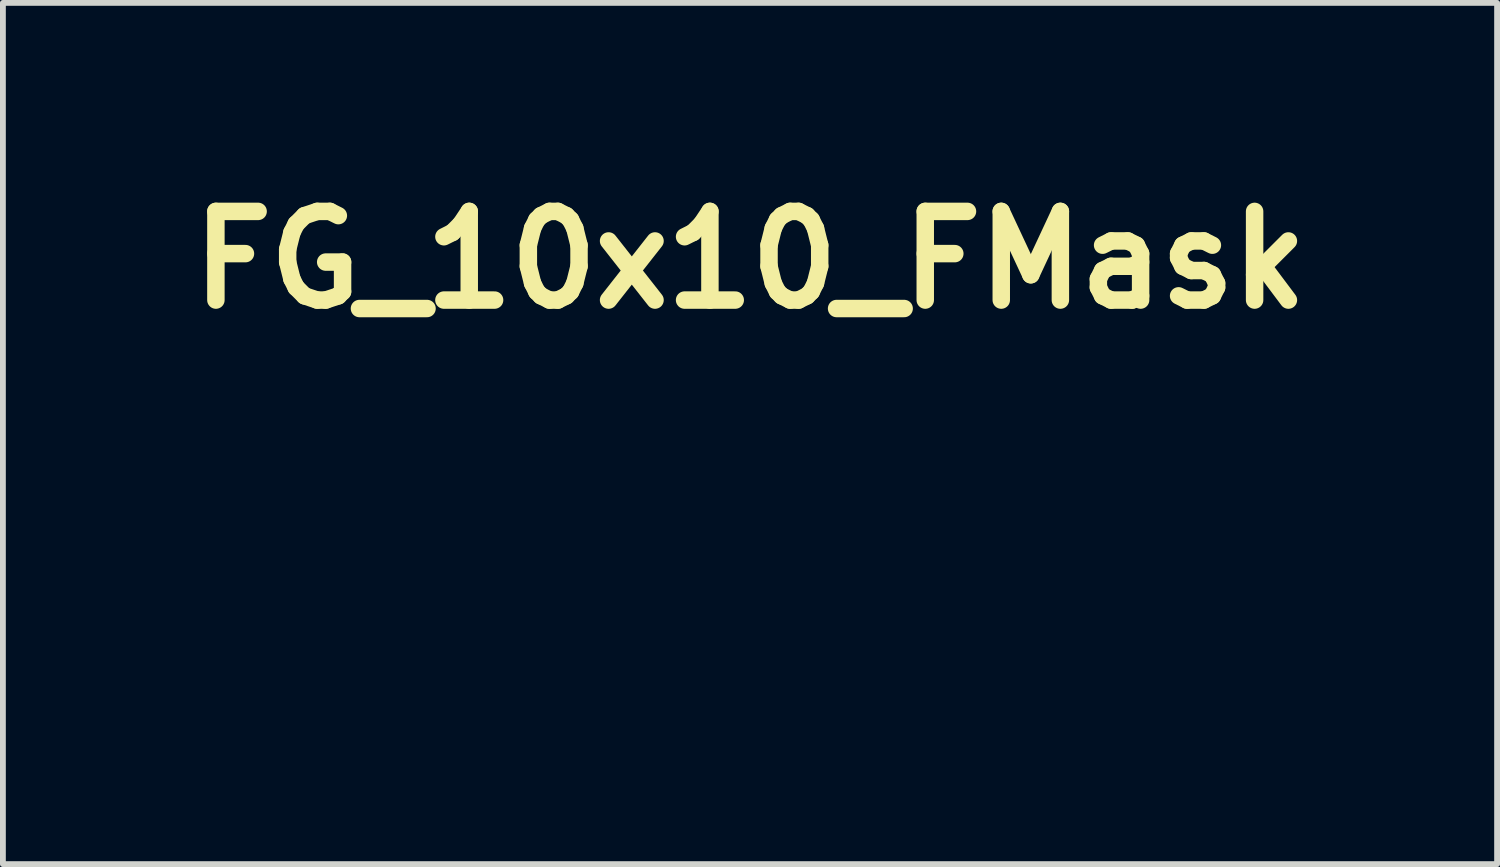
<source format=kicad_pcb>
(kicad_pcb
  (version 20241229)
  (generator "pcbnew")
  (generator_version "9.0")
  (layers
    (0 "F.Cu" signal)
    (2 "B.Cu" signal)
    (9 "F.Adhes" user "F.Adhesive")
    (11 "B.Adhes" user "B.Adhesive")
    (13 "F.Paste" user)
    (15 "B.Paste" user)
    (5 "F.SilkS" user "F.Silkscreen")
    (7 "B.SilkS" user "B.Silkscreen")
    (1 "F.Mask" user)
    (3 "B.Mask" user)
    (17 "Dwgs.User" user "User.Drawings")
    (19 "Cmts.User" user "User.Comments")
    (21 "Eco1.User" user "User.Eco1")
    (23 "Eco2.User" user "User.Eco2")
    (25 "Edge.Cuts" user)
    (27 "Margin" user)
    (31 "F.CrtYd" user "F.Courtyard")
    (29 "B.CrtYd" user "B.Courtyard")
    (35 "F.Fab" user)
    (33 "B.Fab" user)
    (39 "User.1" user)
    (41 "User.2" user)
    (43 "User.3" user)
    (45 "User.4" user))
  (footprint "FG_10x10_FMask"
    (layer "F.Cu")
    (at 12.381 6.498)
    (property "Reference" "FG_10x10_FMask" (at -2.54 -5.08 0) (layer "F.SilkS") (effects (font (size 1.524 1.524) (thickness 0.3))))
    (attr through_hole)
    (fp_poly (pts (xy -1.041 -1.244) (xy -1.035 -1.219) (xy -1.042 -1.193) (xy -1.064 -1.183) (xy -1.09 -1.188) (xy -1.1 -1.199) (xy -1.103 -1.231) (xy -1.088 -1.251) (xy -1.064 -1.255) (xy -1.041 -1.244)) (stroke (width 0.01) (type solid)) (fill yes) (layer "F.Mask"))
    (fp_poly (pts (xy -3.049 -0.46) (xy -2.998 -0.435) (xy -2.952 -0.399) (xy -2.921 -0.363) (xy -2.905 -0.333) (xy -2.902 -0.311) (xy -2.911 -0.287) (xy -2.914 -0.282) (xy -2.94 -0.246) (xy -2.975 -0.23) (xy -3.02 -0.235) (xy -3.067 -0.252) (xy -3.121 -0.282) (xy -3.164 -0.316) (xy -3.192 -0.349) (xy -3.2 -0.374) (xy -3.189 -0.409) (xy -3.161 -0.441) (xy -3.124 -0.464) (xy -3.095 -0.47) (xy -3.049 -0.46)) (stroke (width 0.01) (type solid)) (fill yes) (layer "F.Mask"))
    (fp_poly (pts (xy 0.625 -4.423) (xy 0.665 -4.397) (xy 0.708 -4.359) (xy 0.75 -4.316) (xy 0.787 -4.271) (xy 0.813 -4.229) (xy 0.823 -4.195) (xy 0.823 -4.189) (xy 0.813 -4.164) (xy 0.789 -4.158) (xy 0.75 -4.171) (xy 0.734 -4.179) (xy 0.699 -4.201) (xy 0.658 -4.234) (xy 0.615 -4.272) (xy 0.575 -4.31) (xy 0.543 -4.345) (xy 0.524 -4.372) (xy 0.521 -4.383) (xy 0.532 -4.408) (xy 0.56 -4.426) (xy 0.594 -4.432) (xy 0.625 -4.423)) (stroke (width 0.01) (type solid)) (fill yes) (layer "F.Mask"))
    (fp_poly (pts (xy 2.47 -0.141) (xy 2.488 -0.11) (xy 2.503 -0.058) (xy 2.515 0.017) (xy 2.523 0.111) (xy 2.524 0.134) (xy 2.525 0.251) (xy 2.518 0.348) (xy 2.502 0.425) (xy 2.477 0.48) (xy 2.463 0.498) (xy 2.433 0.524) (xy 2.407 0.531) (xy 2.375 0.521) (xy 2.353 0.508) (xy 2.325 0.488) (xy 2.314 0.466) (xy 2.318 0.436) (xy 2.331 0.401) (xy 2.34 0.369) (xy 2.35 0.319) (xy 2.358 0.259) (xy 2.363 0.212) (xy 2.374 0.101) (xy 2.385 0.014) (xy 2.397 -0.052) (xy 2.409 -0.098) (xy 2.423 -0.127) (xy 2.425 -0.13) (xy 2.449 -0.147) (xy 2.47 -0.141)) (stroke (width 0.01) (type solid)) (fill yes) (layer "F.Mask"))
    (fp_poly (pts (xy 0.945 0.642) (xy 1.013 0.647) (xy 1.063 0.655) (xy 1.083 0.663) (xy 1.104 0.681) (xy 1.101 0.701) (xy 1.076 0.723) (xy 1.031 0.746) (xy 0.967 0.77) (xy 0.887 0.794) (xy 0.79 0.818) (xy 0.681 0.841) (xy 0.559 0.862) (xy 0.426 0.881) (xy 0.318 0.895) (xy 0.226 0.905) (xy 0.157 0.911) (xy 0.107 0.913) (xy 0.073 0.912) (xy 0.053 0.907) (xy 0.043 0.899) (xy 0.045 0.88) (xy 0.068 0.855) (xy 0.107 0.826) (xy 0.161 0.795) (xy 0.224 0.764) (xy 0.294 0.735) (xy 0.367 0.709) (xy 0.427 0.691) (xy 0.503 0.675) (xy 0.59 0.662) (xy 0.682 0.652) (xy 0.775 0.645) (xy 0.864 0.642) (xy 0.945 0.642)) (stroke (width 0.01) (type solid)) (fill yes) (layer "F.Mask"))
    (fp_poly (pts (xy 2.959 -1.715) (xy 2.983 -1.69) (xy 2.99 -1.68) (xy 3.016 -1.635) (xy 3.022 -1.599) (xy 3.007 -1.57) (xy 2.97 -1.545) (xy 2.909 -1.523) (xy 2.894 -1.518) (xy 2.849 -1.502) (xy 2.812 -1.481) (xy 2.78 -1.449) (xy 2.747 -1.402) (xy 2.72 -1.357) (xy 2.687 -1.307) (xy 2.661 -1.28) (xy 2.639 -1.274) (xy 2.617 -1.289) (xy 2.611 -1.298) (xy 2.589 -1.34) (xy 2.568 -1.4) (xy 2.551 -1.468) (xy 2.539 -1.537) (xy 2.535 -1.59) (xy 2.535 -1.639) (xy 2.539 -1.669) (xy 2.549 -1.687) (xy 2.559 -1.697) (xy 2.589 -1.709) (xy 2.61 -1.708) (xy 2.679 -1.695) (xy 2.752 -1.692) (xy 2.819 -1.701) (xy 2.839 -1.707) (xy 2.893 -1.722) (xy 2.931 -1.726) (xy 2.959 -1.715)) (stroke (width 0.01) (type solid)) (fill yes) (layer "F.Mask"))
    (fp_poly (pts (xy -2.978 0.022) (xy -2.963 0.031) (xy -2.941 0.056) (xy -2.922 0.092) (xy -2.92 0.098) (xy -2.903 0.136) (xy -2.878 0.181) (xy -2.863 0.203) (xy -2.822 0.268) (xy -2.776 0.355) (xy -2.726 0.46) (xy -2.676 0.578) (xy -2.662 0.611) (xy -2.627 0.71) (xy -2.607 0.791) (xy -2.603 0.853) (xy -2.614 0.898) (xy -2.62 0.907) (xy -2.647 0.925) (xy -2.688 0.934) (xy -2.737 0.935) (xy -2.782 0.925) (xy -2.791 0.921) (xy -2.843 0.889) (xy -2.898 0.841) (xy -2.95 0.782) (xy -2.994 0.719) (xy -3.009 0.692) (xy -3.032 0.639) (xy -3.048 0.586) (xy -3.058 0.522) (xy -3.062 0.486) (xy -3.068 0.398) (xy -3.068 0.31) (xy -3.062 0.225) (xy -3.051 0.149) (xy -3.036 0.087) (xy -3.017 0.045) (xy -3.012 0.038) (xy -2.994 0.02) (xy -2.978 0.022)) (stroke (width 0.01) (type solid)) (fill yes) (layer "F.Mask"))
    (fp_poly (pts (xy -3.14 0.06) (xy -3.131 0.073) (xy -3.127 0.092) (xy -3.124 0.132) (xy -3.12 0.19) (xy -3.117 0.261) (xy -3.113 0.343) (xy -3.111 0.394) (xy -3.107 0.482) (xy -3.103 0.564) (xy -3.098 0.637) (xy -3.093 0.695) (xy -3.088 0.734) (xy -3.086 0.746) (xy -3.062 0.803) (xy -3.022 0.856) (xy -2.965 0.905) (xy -2.888 0.954) (xy -2.788 1.002) (xy -2.729 1.028) (xy -2.662 1.058) (xy -2.617 1.085) (xy -2.59 1.113) (xy -2.579 1.143) (xy -2.578 1.156) (xy -2.589 1.193) (xy -2.616 1.235) (xy -2.654 1.274) (xy -2.695 1.304) (xy -2.735 1.319) (xy -2.746 1.32) (xy -2.768 1.315) (xy -2.8 1.303) (xy -2.8 1.303) (xy -2.843 1.275) (xy -2.893 1.229) (xy -2.946 1.169) (xy -3 1.098) (xy -3.051 1.022) (xy -3.096 0.944) (xy -3.112 0.91) (xy -3.144 0.833) (xy -3.172 0.743) (xy -3.196 0.645) (xy -3.217 0.544) (xy -3.232 0.442) (xy -3.242 0.345) (xy -3.246 0.256) (xy -3.244 0.18) (xy -3.235 0.119) (xy -3.22 0.082) (xy -3.195 0.059) (xy -3.165 0.051) (xy -3.14 0.06)) (stroke (width 0.01) (type solid)) (fill yes) (layer "F.Mask"))
    (fp_poly (pts (xy -2.641 -0.139) (xy -2.61 -0.112) (xy -2.58 -0.066) (xy -2.556 -0.01) (xy -2.551 0.006) (xy -2.537 0.048) (xy -2.516 0.096) (xy -2.507 0.114) (xy -2.492 0.147) (xy -2.483 0.178) (xy -2.479 0.217) (xy -2.479 0.27) (xy -2.479 0.287) (xy -2.48 0.344) (xy -2.477 0.384) (xy -2.47 0.417) (xy -2.455 0.451) (xy -2.443 0.476) (xy -2.408 0.553) (xy -2.38 0.628) (xy -2.363 0.694) (xy -2.36 0.718) (xy -2.356 0.74) (xy -2.347 0.75) (xy -2.326 0.753) (xy -2.289 0.752) (xy -2.25 0.75) (xy -2.228 0.754) (xy -2.216 0.767) (xy -2.211 0.779) (xy -2.206 0.806) (xy -2.204 0.85) (xy -2.205 0.903) (xy -2.206 0.924) (xy -2.208 0.985) (xy -2.206 1.032) (xy -2.201 1.06) (xy -2.2 1.061) (xy -2.192 1.071) (xy -2.181 1.068) (xy -2.165 1.049) (xy -2.141 1.012) (xy -2.105 0.964) (xy -2.073 0.941) (xy -2.044 0.941) (xy -2.017 0.966) (xy -2.006 0.981) (xy -1.986 1.027) (xy -1.984 1.07) (xy -2.002 1.12) (xy -2.007 1.13) (xy -2.021 1.162) (xy -2.029 1.189) (xy -2.029 1.218) (xy -2.021 1.256) (xy -2.004 1.308) (xy -1.994 1.338) (xy -1.977 1.389) (xy -1.964 1.434) (xy -1.957 1.465) (xy -1.956 1.472) (xy -1.964 1.498) (xy -1.984 1.529) (xy -2.008 1.557) (xy -2.031 1.573) (xy -2.038 1.575) (xy -2.054 1.566) (xy -2.081 1.543) (xy -2.115 1.509) (xy -2.125 1.499) (xy -2.22 1.382) (xy -2.308 1.244) (xy -2.388 1.089) (xy -2.457 0.921) (xy -2.502 0.781) (xy -2.525 0.71) (xy -2.553 0.633) (xy -2.583 0.561) (xy -2.593 0.538) (xy -2.618 0.482) (xy -2.634 0.439) (xy -2.642 0.402) (xy -2.645 0.362) (xy -2.645 0.343) (xy -2.647 0.29) (xy -2.654 0.225) (xy -2.665 0.161) (xy -2.668 0.149) (xy -2.685 0.051) (xy -2.692 -0.032) (xy -2.687 -0.096) (xy -2.68 -0.12) (xy -2.668 -0.143) (xy -2.653 -0.145) (xy -2.641 -0.139)) (stroke (width 0.01) (type solid)) (fill yes) (layer "F.Mask"))
    (fp_poly (pts (xy 3.124 -1.436) (xy 3.148 -1.403) (xy 3.176 -1.353) (xy 3.206 -1.288) (xy 3.236 -1.213) (xy 3.265 -1.13) (xy 3.291 -1.043) (xy 3.295 -1.026) (xy 3.331 -0.842) (xy 3.346 -0.649) (xy 3.339 -0.451) (xy 3.311 -0.251) (xy 3.261 -0.053) (xy 3.214 0.084) (xy 3.179 0.166) (xy 3.138 0.246) (xy 3.093 0.321) (xy 3.046 0.387) (xy 3.001 0.443) (xy 2.959 0.483) (xy 2.924 0.505) (xy 2.909 0.508) (xy 2.883 0.5) (xy 2.855 0.483) (xy 2.826 0.454) (xy 2.792 0.411) (xy 2.761 0.363) (xy 2.736 0.319) (xy 2.725 0.289) (xy 2.724 0.264) (xy 2.734 0.239) (xy 2.76 0.207) (xy 2.766 0.2) (xy 2.818 0.14) (xy 2.854 0.093) (xy 2.875 0.055) (xy 2.883 0.021) (xy 2.878 -0.014) (xy 2.862 -0.054) (xy 2.85 -0.078) (xy 2.832 -0.121) (xy 2.813 -0.178) (xy 2.797 -0.24) (xy 2.792 -0.258) (xy 2.778 -0.317) (xy 2.762 -0.374) (xy 2.748 -0.418) (xy 2.743 -0.429) (xy 2.72 -0.497) (xy 2.704 -0.581) (xy 2.694 -0.672) (xy 2.691 -0.763) (xy 2.697 -0.846) (xy 2.71 -0.914) (xy 2.712 -0.921) (xy 2.731 -0.967) (xy 2.754 -1.014) (xy 2.778 -1.054) (xy 2.8 -1.082) (xy 2.815 -1.092) (xy 2.838 -1.081) (xy 2.868 -1.049) (xy 2.901 -1.001) (xy 2.937 -0.941) (xy 2.971 -0.871) (xy 3.004 -0.797) (xy 3.032 -0.722) (xy 3.049 -0.667) (xy 3.069 -0.549) (xy 3.066 -0.428) (xy 3.038 -0.301) (xy 3.036 -0.292) (xy 3.018 -0.23) (xy 3.011 -0.188) (xy 3.013 -0.164) (xy 3.026 -0.154) (xy 3.038 -0.155) (xy 3.062 -0.165) (xy 3.081 -0.191) (xy 3.096 -0.236) (xy 3.107 -0.301) (xy 3.114 -0.351) (xy 3.121 -0.532) (xy 3.104 -0.719) (xy 3.062 -0.91) (xy 3.011 -1.067) (xy 2.992 -1.144) (xy 2.985 -1.227) (xy 2.993 -1.304) (xy 2.997 -1.321) (xy 3.013 -1.358) (xy 3.039 -1.395) (xy 3.067 -1.427) (xy 3.094 -1.446) (xy 3.104 -1.448) (xy 3.124 -1.436)) (stroke (width 0.01) (type solid)) (fill yes) (layer "F.Mask"))
    (fp_poly (pts (xy 0.239 -4.392) (xy 0.264 -4.386) (xy 0.291 -4.373) (xy 0.325 -4.352) (xy 0.37 -4.322) (xy 0.43 -4.28) (xy 0.461 -4.258) (xy 0.501 -4.232) (xy 0.559 -4.197) (xy 0.629 -4.157) (xy 0.707 -4.112) (xy 0.789 -4.067) (xy 0.821 -4.05) (xy 0.914 -4) (xy 1.015 -3.945) (xy 1.117 -3.89) (xy 1.213 -3.837) (xy 1.294 -3.792) (xy 1.302 -3.788) (xy 1.436 -3.713) (xy 1.567 -3.643) (xy 1.691 -3.578) (xy 1.804 -3.519) (xy 1.904 -3.47) (xy 1.987 -3.432) (xy 2.011 -3.421) (xy 2.068 -3.394) (xy 2.124 -3.362) (xy 2.169 -3.332) (xy 2.18 -3.323) (xy 2.213 -3.292) (xy 2.229 -3.27) (xy 2.232 -3.248) (xy 2.23 -3.237) (xy 2.23 -3.214) (xy 2.238 -3.19) (xy 2.259 -3.157) (xy 2.287 -3.121) (xy 2.354 -3.033) (xy 2.404 -2.959) (xy 2.439 -2.897) (xy 2.459 -2.845) (xy 2.463 -2.828) (xy 2.478 -2.778) (xy 2.499 -2.728) (xy 2.508 -2.711) (xy 2.54 -2.659) (xy 2.56 -2.623) (xy 2.57 -2.6) (xy 2.573 -2.586) (xy 2.569 -2.577) (xy 2.565 -2.572) (xy 2.544 -2.56) (xy 2.509 -2.551) (xy 2.498 -2.55) (xy 2.464 -2.546) (xy 2.449 -2.537) (xy 2.446 -2.519) (xy 2.446 -2.515) (xy 2.452 -2.488) (xy 2.466 -2.447) (xy 2.485 -2.398) (xy 2.49 -2.386) (xy 2.514 -2.323) (xy 2.523 -2.275) (xy 2.517 -2.24) (xy 2.495 -2.212) (xy 2.473 -2.197) (xy 2.427 -2.176) (xy 2.385 -2.176) (xy 2.343 -2.193) (xy 2.312 -2.212) (xy 2.271 -2.24) (xy 2.241 -2.262) (xy 2.147 -2.322) (xy 2.031 -2.376) (xy 1.899 -2.423) (xy 1.753 -2.463) (xy 1.597 -2.496) (xy 1.436 -2.52) (xy 1.273 -2.534) (xy 1.111 -2.539) (xy 0.955 -2.533) (xy 0.86 -2.523) (xy 0.764 -2.508) (xy 0.687 -2.488) (xy 0.622 -2.461) (xy 0.562 -2.424) (xy 0.502 -2.376) (xy 0.447 -2.33) (xy 0.405 -2.3) (xy 0.367 -2.282) (xy 0.329 -2.275) (xy 0.284 -2.276) (xy 0.273 -2.276) (xy 0.235 -2.282) (xy 0.189 -2.294) (xy 0.133 -2.313) (xy 0.061 -2.341) (xy -0.013 -2.372) (xy -0.085 -2.402) (xy -0.155 -2.43) (xy -0.226 -2.457) (xy -0.298 -2.484) (xy -0.376 -2.51) (xy -0.46 -2.537) (xy -0.553 -2.566) (xy -0.657 -2.597) (xy -0.774 -2.63) (xy -0.906 -2.667) (xy -1.056 -2.707) (xy -1.225 -2.752) (xy -1.415 -2.803) (xy -1.505 -2.827) (xy -1.66 -2.868) (xy -1.802 -2.907) (xy -1.93 -2.943) (xy -2.043 -2.977) (xy -2.139 -3.007) (xy -2.216 -3.033) (xy -2.273 -3.054) (xy -2.308 -3.07) (xy -2.319 -3.079) (xy -2.318 -3.107) (xy -2.298 -3.152) (xy -2.261 -3.211) (xy -2.209 -3.283) (xy -2.14 -3.369) (xy -2.057 -3.465) (xy -2.033 -3.492) (xy -1.979 -3.553) (xy -1.923 -3.62) (xy -1.871 -3.684) (xy -1.829 -3.737) (xy -1.822 -3.746) (xy -1.774 -3.807) (xy -1.73 -3.853) (xy -1.681 -3.893) (xy -1.642 -3.92) (xy -1.585 -3.957) (xy -1.544 -3.982) (xy -1.513 -3.998) (xy -1.487 -4.006) (xy -1.46 -4.01) (xy -1.428 -4.01) (xy -1.404 -4.011) (xy -1.381 -4.014) (xy -1.354 -4.02) (xy -1.32 -4.031) (xy -1.277 -4.048) (xy -1.22 -4.073) (xy -1.145 -4.105) (xy -1.079 -4.135) (xy -1.033 -4.155) (xy -0.994 -4.169) (xy -0.956 -4.178) (xy -0.912 -4.185) (xy -0.854 -4.19) (xy -0.806 -4.192) (xy -0.73 -4.198) (xy -0.65 -4.205) (xy -0.577 -4.214) (xy -0.527 -4.221) (xy -0.425 -4.237) (xy -0.344 -4.247) (xy -0.281 -4.251) (xy -0.232 -4.247) (xy -0.193 -4.236) (xy -0.16 -4.218) (xy -0.129 -4.191) (xy -0.113 -4.174) (xy -0.076 -4.138) (xy -0.033 -4.106) (xy 0.013 -4.08) (xy 0.056 -4.061) (xy 0.093 -4.051) (xy 0.118 -4.053) (xy 0.127 -4.068) (xy 0.118 -4.094) (xy 0.096 -4.129) (xy 0.066 -4.164) (xy 0.035 -4.194) (xy 0.011 -4.208) (xy -0.018 -4.227) (xy -0.025 -4.25) (xy -0.033 -4.275) (xy -0.044 -4.284) (xy -0.06 -4.302) (xy -0.064 -4.317) (xy -0.051 -4.346) (xy -0.015 -4.368) (xy 0.046 -4.383) (xy 0.13 -4.391) (xy 0.14 -4.391) (xy 0.181 -4.393) (xy 0.213 -4.394) (xy 0.239 -4.392)) (stroke (width 0.01) (type solid)) (fill yes) (layer "F.Mask"))
    (fp_poly (pts (xy -2.647 -3.084) (xy -2.641 -3.061) (xy -2.631 -3.021) (xy -2.617 -2.986) (xy -2.617 -2.986) (xy -2.609 -2.966) (xy -2.612 -2.947) (xy -2.628 -2.92) (xy -2.64 -2.902) (xy -2.668 -2.86) (xy -2.678 -2.831) (xy -2.672 -2.807) (xy -2.654 -2.787) (xy -2.641 -2.777) (xy -2.629 -2.774) (xy -2.614 -2.782) (xy -2.59 -2.804) (xy -2.555 -2.84) (xy -2.549 -2.847) (xy -2.47 -2.931) (xy -2.33 -2.887) (xy -1.853 -2.744) (xy -1.397 -2.621) (xy -1.175 -2.563) (xy -0.975 -2.509) (xy -0.793 -2.456) (xy -0.624 -2.404) (xy -0.466 -2.351) (xy -0.315 -2.296) (xy -0.167 -2.239) (xy -0.019 -2.177) (xy 0.127 -2.113) (xy 0.339 -2.018) (xy 0.387 -1.895) (xy 0.461 -1.728) (xy 0.549 -1.579) (xy 0.653 -1.444) (xy 0.778 -1.317) (xy 0.792 -1.304) (xy 0.863 -1.242) (xy 0.92 -1.194) (xy 0.968 -1.158) (xy 1.01 -1.129) (xy 1.053 -1.106) (xy 1.075 -1.095) (xy 1.107 -1.081) (xy 1.135 -1.071) (xy 1.166 -1.065) (xy 1.205 -1.062) (xy 1.258 -1.061) (xy 1.321 -1.061) (xy 1.435 -1.065) (xy 1.531 -1.075) (xy 1.616 -1.093) (xy 1.697 -1.121) (xy 1.748 -1.144) (xy 1.855 -1.207) (xy 1.963 -1.295) (xy 2.074 -1.407) (xy 2.185 -1.544) (xy 2.191 -1.552) (xy 2.219 -1.589) (xy 2.238 -1.608) (xy 2.254 -1.608) (xy 2.271 -1.589) (xy 2.295 -1.549) (xy 2.305 -1.531) (xy 2.331 -1.491) (xy 2.368 -1.443) (xy 2.409 -1.395) (xy 2.416 -1.388) (xy 2.459 -1.339) (xy 2.49 -1.295) (xy 2.511 -1.252) (xy 2.522 -1.206) (xy 2.522 -1.152) (xy 2.512 -1.088) (xy 2.493 -1.009) (xy 2.464 -0.912) (xy 2.451 -0.869) (xy 2.414 -0.753) (xy 2.385 -0.657) (xy 2.363 -0.576) (xy 2.347 -0.507) (xy 2.334 -0.444) (xy 2.325 -0.385) (xy 2.325 -0.381) (xy 2.314 -0.316) (xy 2.297 -0.245) (xy 2.281 -0.189) (xy 2.263 -0.124) (xy 2.248 -0.041) (xy 2.235 0.063) (xy 2.23 0.107) (xy 2.223 0.176) (xy 2.215 0.237) (xy 2.208 0.285) (xy 2.201 0.315) (xy 2.198 0.322) (xy 2.177 0.335) (xy 2.145 0.348) (xy 2.143 0.349) (xy 2.109 0.368) (xy 2.098 0.39) (xy 2.104 0.422) (xy 2.126 0.467) (xy 2.163 0.519) (xy 2.21 0.576) (xy 2.264 0.632) (xy 2.323 0.685) (xy 2.359 0.713) (xy 2.423 0.773) (xy 2.472 0.847) (xy 2.507 0.94) (xy 2.521 0.992) (xy 2.534 1.063) (xy 2.537 1.117) (xy 2.527 1.159) (xy 2.501 1.195) (xy 2.458 1.233) (xy 2.419 1.262) (xy 2.402 1.276) (xy 2.392 1.291) (xy 2.388 1.316) (xy 2.387 1.355) (xy 2.388 1.383) (xy 2.389 1.447) (xy 2.389 1.49) (xy 2.385 1.518) (xy 2.377 1.536) (xy 2.362 1.549) (xy 2.34 1.56) (xy 2.337 1.562) (xy 2.298 1.586) (xy 2.274 1.615) (xy 2.259 1.656) (xy 2.254 1.681) (xy 2.231 1.741) (xy 2.189 1.787) (xy 2.126 1.819) (xy 2.11 1.824) (xy 2.059 1.841) (xy 2.025 1.857) (xy 2.004 1.879) (xy 1.987 1.911) (xy 1.985 1.915) (xy 1.967 1.946) (xy 1.946 1.954) (xy 1.92 1.939) (xy 1.919 1.938) (xy 1.896 1.925) (xy 1.858 1.909) (xy 1.829 1.898) (xy 1.753 1.862) (xy 1.694 1.808) (xy 1.654 1.741) (xy 1.634 1.664) (xy 1.636 1.58) (xy 1.646 1.54) (xy 1.648 1.519) (xy 1.633 1.512) (xy 1.621 1.511) (xy 1.587 1.522) (xy 1.564 1.553) (xy 1.552 1.599) (xy 1.551 1.658) (xy 1.563 1.724) (xy 1.576 1.765) (xy 1.599 1.832) (xy 1.609 1.88) (xy 1.604 1.914) (xy 1.582 1.939) (xy 1.543 1.959) (xy 1.499 1.975) (xy 1.452 1.994) (xy 1.409 2.018) (xy 1.391 2.032) (xy 1.353 2.062) (xy 1.312 2.086) (xy 1.308 2.088) (xy 1.267 2.11) (xy 1.23 2.135) (xy 1.229 2.136) (xy 1.205 2.153) (xy 1.183 2.158) (xy 1.152 2.153) (xy 1.136 2.149) (xy 1.092 2.141) (xy 1.037 2.135) (xy 0.992 2.134) (xy 0.942 2.132) (xy 0.908 2.126) (xy 0.877 2.113) (xy 0.843 2.089) (xy 0.805 2.063) (xy 0.774 2.041) (xy 0.759 2.032) (xy 0.74 2.025) (xy 0.738 2.035) (xy 0.751 2.061) (xy 0.779 2.1) (xy 0.787 2.111) (xy 0.814 2.147) (xy 0.832 2.177) (xy 0.838 2.192) (xy 0.827 2.21) (xy 0.795 2.218) (xy 0.746 2.216) (xy 0.682 2.205) (xy 0.678 2.204) (xy 0.628 2.192) (xy 0.586 2.188) (xy 0.545 2.19) (xy 0.496 2.199) (xy 0.432 2.216) (xy 0.369 2.232) (xy 0.301 2.246) (xy 0.234 2.257) (xy 0.174 2.265) (xy 0.127 2.268) (xy 0.102 2.267) (xy 0.068 2.252) (xy 0.037 2.228) (xy 0.01 2.205) (xy -0.014 2.2) (xy -0.042 2.214) (xy -0.066 2.233) (xy -0.13 2.278) (xy -0.188 2.299) (xy -0.24 2.294) (xy -0.281 2.27) (xy -0.306 2.244) (xy -0.336 2.205) (xy -0.36 2.169) (xy -0.393 2.122) (xy -0.422 2.1) (xy -0.452 2.1) (xy -0.487 2.121) (xy -0.515 2.147) (xy -0.567 2.198) (xy -0.621 2.178) (xy -0.677 2.163) (xy -0.718 2.161) (xy -0.752 2.175) (xy -0.765 2.184) (xy -0.797 2.204) (xy -0.827 2.208) (xy -0.864 2.195) (xy -0.889 2.181) (xy -0.923 2.164) (xy -0.945 2.161) (xy -0.965 2.169) (xy -0.997 2.189) (xy -1.015 2.2) (xy -1.038 2.208) (xy -1.059 2.197) (xy -1.065 2.193) (xy -1.091 2.175) (xy -1.131 2.156) (xy -1.151 2.148) (xy -1.213 2.126) (xy -1.224 2.051) (xy -1.231 2.01) (xy -1.237 1.98) (xy -1.24 1.97) (xy -1.252 1.972) (xy -1.279 1.982) (xy -1.29 1.987) (xy -1.336 2.001) (xy -1.384 2.002) (xy -1.424 1.992) (xy -1.44 1.981) (xy -1.447 1.962) (xy -1.452 1.925) (xy -1.454 1.876) (xy -1.454 1.863) (xy -1.453 1.809) (xy -1.449 1.771) (xy -1.44 1.741) (xy -1.423 1.71) (xy -1.413 1.694) (xy -1.391 1.659) (xy -1.376 1.632) (xy -1.372 1.621) (xy -1.38 1.612) (xy -1.403 1.623) (xy -1.441 1.652) (xy -1.469 1.676) (xy -1.526 1.721) (xy -1.58 1.747) (xy -1.635 1.753) (xy -1.696 1.739) (xy -1.766 1.706) (xy -1.808 1.681) (xy -1.906 1.619) (xy -1.899 1.499) (xy -1.891 1.402) (xy -1.879 1.323) (xy -1.865 1.263) (xy -1.849 1.225) (xy -1.838 1.214) (xy -1.814 1.21) (xy -1.798 1.228) (xy -1.791 1.266) (xy -1.791 1.274) (xy -1.786 1.308) (xy -1.775 1.346) (xy -1.76 1.378) (xy -1.745 1.396) (xy -1.74 1.397) (xy -1.725 1.385) (xy -1.71 1.351) (xy -1.699 1.298) (xy -1.694 1.266) (xy -1.691 1.233) (xy -1.693 1.208) (xy -1.703 1.184) (xy -1.724 1.154) (xy -1.751 1.12) (xy -1.782 1.08) (xy -1.805 1.044) (xy -1.816 1.021) (xy -1.816 1.017) (xy -1.822 0.997) (xy -1.833 0.969) (xy -0.81 0.969) (xy -0.796 0.984) (xy -0.767 0.991) (xy -0.74 0.996) (xy -0.729 1.015) (xy -0.734 1.051) (xy -0.743 1.078) (xy -0.755 1.118) (xy -0.761 1.151) (xy -0.762 1.159) (xy -0.76 1.173) (xy -0.75 1.179) (xy -0.726 1.18) (xy -0.687 1.176) (xy -0.641 1.169) (xy -0.58 1.158) (xy -0.515 1.144) (xy -0.486 1.137) (xy -0.418 1.119) (xy -0.346 1.097) (xy -0.281 1.075) (xy -0.262 1.068) (xy -0.198 1.044) (xy -0.145 1.032) (xy -0.093 1.031) (xy -0.033 1.04) (xy 0.009 1.049) (xy 0.098 1.062) (xy 0.191 1.061) (xy 0.293 1.044) (xy 0.406 1.012) (xy 0.535 0.963) (xy 0.54 0.961) (xy 0.583 0.945) (xy 0.636 0.932) (xy 0.703 0.921) (xy 0.788 0.911) (xy 0.806 0.909) (xy 0.891 0.899) (xy 0.982 0.886) (xy 1.07 0.872) (xy 1.144 0.858) (xy 1.149 0.857) (xy 1.222 0.842) (xy 1.297 0.826) (xy 1.366 0.812) (xy 1.406 0.804) (xy 1.511 0.784) (xy 1.642 0.862) (xy 1.716 0.903) (xy 1.771 0.93) (xy 1.808 0.94) (xy 1.826 0.936) (xy 1.824 0.916) (xy 1.802 0.881) (xy 1.789 0.863) (xy 1.752 0.799) (xy 1.735 0.74) (xy 1.725 0.698) (xy 1.714 0.674) (xy 1.697 0.66) (xy 1.679 0.653) (xy 1.637 0.635) (xy 1.617 0.615) (xy 1.619 0.598) (xy 1.643 0.587) (xy 1.674 0.584) (xy 1.726 0.58) (xy 1.762 0.571) (xy 1.777 0.557) (xy 1.778 0.554) (xy 1.771 0.538) (xy 1.753 0.506) (xy 1.726 0.464) (xy 1.705 0.432) (xy 1.632 0.324) (xy 1.41 0.317) (xy 1.336 0.314) (xy 1.269 0.311) (xy 1.216 0.307) (xy 1.179 0.303) (xy 1.165 0.3) (xy 1.146 0.283) (xy 1.123 0.251) (xy 1.112 0.23) (xy 1.088 0.19) (xy 1.058 0.147) (xy 1.027 0.109) (xy 0.999 0.079) (xy 0.979 0.064) (xy 0.975 0.064) (xy 0.968 0.076) (xy 0.967 0.112) (xy 0.97 0.152) (xy 0.972 0.196) (xy 0.972 0.23) (xy 0.968 0.246) (xy 0.968 0.246) (xy 0.945 0.246) (xy 0.916 0.229) (xy 0.886 0.198) (xy 0.864 0.165) (xy 0.847 0.128) (xy 0.836 0.086) (xy 0.83 0.032) (xy 0.828 -0.003) (xy 0.822 -0.114) (xy 0.955 -0.114) (xy 1.026 -0.115) (xy 1.075 -0.119) (xy 1.106 -0.13) (xy 1.122 -0.152) (xy 1.127 -0.188) (xy 1.124 -0.244) (xy 1.119 -0.294) (xy 1.113 -0.354) (xy 1.109 -0.405) (xy 1.106 -0.443) (xy 1.105 -0.46) (xy 1.099 -0.472) (xy 1.077 -0.479) (xy 1.036 -0.485) (xy 1.027 -0.485) (xy 0.976 -0.492) (xy 0.945 -0.503) (xy 0.932 -0.515) (xy 0.92 -0.545) (xy 0.915 -0.59) (xy 0.916 -0.639) (xy 0.923 -0.682) (xy 0.933 -0.706) (xy 0.95 -0.738) (xy 0.946 -0.768) (xy 0.92 -0.801) (xy 0.914 -0.807) (xy 0.886 -0.829) (xy 0.863 -0.833) (xy 0.843 -0.817) (xy 0.822 -0.78) (xy 0.807 -0.746) (xy 0.763 -0.659) (xy 0.705 -0.581) (xy 0.639 -0.516) (xy 0.569 -0.47) (xy 0.542 -0.458) (xy 0.499 -0.449) (xy 0.44 -0.445) (xy 0.374 -0.447) (xy 0.309 -0.453) (xy 0.254 -0.465) (xy 0.253 -0.465) (xy 0.16 -0.499) (xy 0.076 -0.546) (xy -0.009 -0.609) (xy -0.014 -0.614) (xy -0.08 -0.667) (xy -0.133 -0.701) (xy -0.175 -0.719) (xy -0.212 -0.72) (xy -0.245 -0.705) (xy -0.275 -0.68) (xy -0.303 -0.649) (xy -0.314 -0.622) (xy -0.315 -0.588) (xy -0.315 -0.588) (xy -0.311 -0.54) (xy -0.202 -0.533) (xy -0.14 -0.528) (xy -0.098 -0.52) (xy -0.069 -0.505) (xy -0.049 -0.481) (xy -0.033 -0.452) (xy -0.014 -0.393) (xy -0.018 -0.345) (xy -0.043 -0.308) (xy -0.046 -0.306) (xy -0.095 -0.274) (xy -0.158 -0.243) (xy -0.223 -0.218) (xy -0.275 -0.204) (xy -0.332 -0.185) (xy -0.368 -0.153) (xy -0.383 -0.107) (xy -0.377 -0.048) (xy -0.362 -0.003) (xy -0.327 0.058) (xy -0.281 0.097) (xy -0.222 0.114) (xy -0.205 0.114) (xy -0.156 0.119) (xy -0.127 0.134) (xy -0.115 0.163) (xy -0.114 0.18) (xy -0.111 0.208) (xy -0.099 0.213) (xy -0.081 0.193) (xy -0.057 0.156) (xy -0.023 0.102) (xy 0.011 0.06) (xy 0.041 0.033) (xy 0.061 0.025) (xy 0.081 0.033) (xy 0.111 0.052) (xy 0.127 0.064) (xy 0.166 0.09) (xy 0.206 0.111) (xy 0.218 0.116) (xy 0.279 0.138) (xy 0.319 0.16) (xy 0.343 0.186) (xy 0.353 0.221) (xy 0.356 0.261) (xy 0.353 0.29) (xy 0.341 0.303) (xy 0.316 0.301) (xy 0.273 0.285) (xy 0.273 0.285) (xy 0.218 0.272) (xy 0.169 0.277) (xy 0.131 0.298) (xy 0.107 0.333) (xy 0.102 0.363) (xy 0.092 0.397) (xy 0.067 0.433) (xy 0.034 0.462) (xy 0.018 0.47) (xy -0.01 0.489) (xy -0.033 0.517) (xy -0.07 0.576) (xy -0.099 0.616) (xy -0.123 0.641) (xy -0.145 0.656) (xy -0.154 0.659) (xy -0.188 0.675) (xy -0.226 0.699) (xy -0.234 0.705) (xy -0.265 0.726) (xy -0.287 0.73) (xy -0.303 0.725) (xy -0.321 0.719) (xy -0.34 0.726) (xy -0.365 0.748) (xy -0.378 0.761) (xy -0.412 0.791) (xy -0.444 0.808) (xy -0.486 0.818) (xy -0.502 0.82) (xy -0.551 0.829) (xy -0.588 0.845) (xy -0.625 0.874) (xy -0.63 0.879) (xy -0.672 0.912) (xy -0.71 0.929) (xy -0.738 0.934) (xy -0.774 0.939) (xy -0.799 0.948) (xy -0.803 0.951) (xy -0.81 0.969) (xy -1.833 0.969) (xy -1.837 0.961) (xy -1.859 0.912) (xy -1.886 0.856) (xy -1.886 0.856) (xy -1.918 0.788) (xy -1.949 0.716) (xy -1.978 0.645) (xy -2.003 0.578) (xy -2.021 0.522) (xy -2.031 0.481) (xy -2.032 0.468) (xy -2.023 0.449) (xy -1.997 0.448) (xy -1.953 0.465) (xy -1.893 0.499) (xy -1.817 0.55) (xy -1.725 0.619) (xy -1.617 0.704) (xy -1.594 0.722) (xy -1.545 0.761) (xy -1.503 0.793) (xy -1.47 0.816) (xy -1.453 0.825) (xy -1.452 0.826) (xy -1.432 0.814) (xy -1.417 0.785) (xy -1.41 0.744) (xy -1.41 0.738) (xy -1.416 0.705) (xy -1.435 0.657) (xy -1.462 0.599) (xy -1.495 0.537) (xy -1.531 0.477) (xy -1.567 0.423) (xy -1.581 0.404) (xy -1.626 0.355) (xy -1.675 0.311) (xy -1.723 0.277) (xy -1.765 0.257) (xy -1.785 0.254) (xy -1.837 0.245) (xy -1.889 0.216) (xy -1.942 0.165) (xy -1.949 0.157) (xy -1.993 0.113) (xy -2.054 0.062) (xy -2.127 0.01) (xy -2.151 -0.007) (xy -2.207 -0.045) (xy -2.259 -0.081) (xy -2.299 -0.112) (xy -2.325 -0.134) (xy -2.326 -0.136) (xy -2.345 -0.162) (xy -2.361 -0.196) (xy -2.373 -0.243) (xy -2.382 -0.305) (xy -2.389 -0.384) (xy -2.394 -0.484) (xy -2.397 -0.546) (xy -2.399 -0.629) (xy -2.4 -0.691) (xy -2.399 -0.737) (xy -2.396 -0.77) (xy -2.39 -0.795) (xy -2.382 -0.817) (xy -2.382 -0.819) (xy -2.36 -0.873) (xy -2.348 -0.913) (xy -2.347 -0.947) (xy -2.354 -0.984) (xy -2.364 -1.013) (xy -2.375 -1.049) (xy -2.382 -1.082) (xy -2.382 -1.082) (xy -2.113 -1.082) (xy -2.102 -1.012) (xy -2.075 -0.937) (xy -2.036 -0.864) (xy -1.999 -0.814) (xy -1.973 -0.787) (xy -1.949 -0.778) (xy -1.925 -0.779) (xy -1.9 -0.782) (xy -1.854 -0.785) (xy -1.793 -0.788) (xy -1.722 -0.792) (xy -1.657 -0.794) (xy -1.509 -0.801) (xy -1.384 -0.812) (xy -1.281 -0.827) (xy -1.199 -0.847) (xy -1.137 -0.87) (xy -1.137 -0.87) (xy -1.073 -0.901) (xy -1.124 -0.895) (xy -1.211 -0.886) (xy -1.274 -0.88) (xy -1.318 -0.879) (xy -1.343 -0.882) (xy -1.351 -0.887) (xy -1.348 -0.902) (xy -1.327 -0.924) (xy -1.295 -0.946) (xy -1.258 -0.965) (xy -1.232 -0.974) (xy -1.201 -0.986) (xy -1.187 -1.005) (xy -1.184 -1.026) (xy -1.182 -1.043) (xy -1.178 -1.055) (xy -1.168 -1.063) (xy -1.148 -1.07) (xy -1.113 -1.077) (xy -1.06 -1.085) (xy -1.016 -1.092) (xy -0.972 -1.099) (xy -0.939 -1.103) (xy -0.924 -1.105) (xy -0.91 -1.113) (xy -0.885 -1.132) (xy -0.87 -1.144) (xy -0.843 -1.165) (xy -0.815 -1.179) (xy -0.777 -1.188) (xy -0.723 -1.195) (xy -0.663 -1.204) (xy -0.616 -1.214) (xy -0.585 -1.225) (xy -0.573 -1.235) (xy -0.574 -1.239) (xy -0.592 -1.246) (xy -0.629 -1.254) (xy -0.682 -1.263) (xy -0.745 -1.272) (xy -0.812 -1.281) (xy -0.88 -1.289) (xy -0.942 -1.295) (xy -0.994 -1.298) (xy -1.01 -1.299) (xy -1.079 -1.298) (xy -1.135 -1.293) (xy -1.189 -1.283) (xy -1.254 -1.264) (xy -1.254 -1.264) (xy -1.305 -1.249) (xy -1.347 -1.239) (xy -1.374 -1.235) (xy -1.38 -1.236) (xy -1.379 -1.251) (xy -1.361 -1.274) (xy -1.329 -1.301) (xy -1.29 -1.328) (xy -1.246 -1.351) (xy -1.246 -1.351) (xy -1.112 -1.398) (xy -0.976 -1.421) (xy -0.84 -1.419) (xy -0.707 -1.393) (xy -0.704 -1.392) (xy -0.656 -1.379) (xy -0.618 -1.371) (xy -0.595 -1.368) (xy -0.592 -1.369) (xy -0.587 -1.381) (xy -0.604 -1.398) (xy -0.637 -1.418) (xy -0.683 -1.439) (xy -0.739 -1.461) (xy -0.8 -1.48) (xy -0.863 -1.497) (xy -0.924 -1.508) (xy -0.938 -1.51) (xy -1.015 -1.516) (xy -1.087 -1.513) (xy -1.157 -1.499) (xy -1.231 -1.474) (xy -1.313 -1.435) (xy -1.407 -1.381) (xy -1.453 -1.353) (xy -1.503 -1.324) (xy -1.548 -1.3) (xy -1.581 -1.286) (xy -1.594 -1.283) (xy -1.629 -1.292) (xy -1.661 -1.315) (xy -1.684 -1.344) (xy -1.689 -1.364) (xy -1.682 -1.39) (xy -1.666 -1.427) (xy -1.653 -1.449) (xy -1.591 -1.526) (xy -1.509 -1.597) (xy -1.412 -1.658) (xy -1.308 -1.706) (xy -1.2 -1.738) (xy -1.094 -1.752) (xy -1.077 -1.753) (xy -0.972 -1.745) (xy -0.854 -1.722) (xy -0.729 -1.687) (xy -0.603 -1.64) (xy -0.482 -1.585) (xy -0.451 -1.568) (xy -0.374 -1.531) (xy -0.31 -1.509) (xy -0.284 -1.504) (xy -0.239 -1.501) (xy -0.213 -1.505) (xy -0.203 -1.519) (xy -0.209 -1.546) (xy -0.231 -1.588) (xy -0.258 -1.633) (xy -0.303 -1.703) (xy -0.342 -1.754) (xy -0.378 -1.79) (xy -0.416 -1.816) (xy -0.461 -1.836) (xy -0.471 -1.84) (xy -0.523 -1.859) (xy -0.57 -1.879) (xy -0.617 -1.905) (xy -0.673 -1.939) (xy -0.712 -1.964) (xy -0.818 -2.027) (xy -0.91 -2.07) (xy -0.986 -2.094) (xy -1.029 -2.098) (xy -1.054 -2.097) (xy -1.084 -2.091) (xy -1.121 -2.079) (xy -1.168 -2.062) (xy -1.227 -2.036) (xy -1.301 -2.002) (xy -1.393 -1.959) (xy -1.473 -1.92) (xy -1.592 -1.85) (xy -1.693 -1.766) (xy -1.775 -1.67) (xy -1.836 -1.564) (xy -1.874 -1.449) (xy -1.881 -1.416) (xy -1.891 -1.361) (xy -1.902 -1.327) (xy -1.916 -1.306) (xy -1.937 -1.296) (xy -1.956 -1.291) (xy -1.998 -1.273) (xy -2.043 -1.238) (xy -2.081 -1.195) (xy -2.106 -1.15) (xy -2.108 -1.143) (xy -2.113 -1.082) (xy -2.382 -1.082) (xy -2.384 -1.121) (xy -2.384 -1.172) (xy -2.381 -1.233) (xy -2.372 -1.381) (xy -2.418 -1.484) (xy -2.434 -1.525) (xy -2.453 -1.578) (xy -2.474 -1.639) (xy -2.493 -1.7) (xy -2.509 -1.756) (xy -2.521 -1.801) (xy -2.527 -1.83) (xy -2.527 -1.833) (xy -2.535 -1.845) (xy -2.553 -1.87) (xy -2.567 -1.887) (xy -2.588 -1.916) (xy -2.599 -1.94) (xy -2.603 -1.97) (xy -2.601 -2.014) (xy -2.6 -2.021) (xy -2.6 -2.093) (xy -2.612 -2.146) (xy -2.638 -2.183) (xy -2.672 -2.204) (xy -2.724 -2.214) (xy -2.768 -2.201) (xy -2.799 -2.17) (xy -2.812 -2.141) (xy -2.804 -2.125) (xy -2.782 -2.121) (xy -2.757 -2.11) (xy -2.744 -2.079) (xy -2.746 -2.026) (xy -2.76 -1.951) (xy -2.788 -1.855) (xy -2.788 -1.853) (xy -2.81 -1.783) (xy -2.824 -1.729) (xy -2.829 -1.693) (xy -2.828 -1.676) (xy -2.818 -1.679) (xy -2.8 -1.705) (xy -2.79 -1.724) (xy -2.758 -1.776) (xy -2.727 -1.804) (xy -2.699 -1.807) (xy -2.692 -1.803) (xy -2.687 -1.795) (xy -2.687 -1.779) (xy -2.692 -1.75) (xy -2.703 -1.706) (xy -2.722 -1.643) (xy -2.742 -1.579) (xy -2.772 -1.482) (xy -2.796 -1.406) (xy -2.816 -1.349) (xy -2.831 -1.308) (xy -2.843 -1.278) (xy -2.853 -1.258) (xy -2.863 -1.245) (xy -2.87 -1.239) (xy -2.888 -1.226) (xy -2.903 -1.233) (xy -2.912 -1.241) (xy -2.922 -1.262) (xy -2.936 -1.302) (xy -2.951 -1.355) (xy -2.964 -1.407) (xy -2.982 -1.485) (xy -2.998 -1.543) (xy -3.013 -1.583) (xy -3.03 -1.61) (xy -3.051 -1.628) (xy -3.078 -1.64) (xy -3.089 -1.643) (xy -3.101 -1.652) (xy -3.108 -1.67) (xy -3.111 -1.706) (xy -3.112 -1.736) (xy -3.115 -1.796) (xy -3.123 -1.835) (xy -3.135 -1.853) (xy -3.15 -1.848) (xy -3.165 -1.82) (xy -3.176 -1.784) (xy -3.193 -1.737) (xy -3.213 -1.71) (xy -3.235 -1.707) (xy -3.24 -1.709) (xy -3.246 -1.726) (xy -3.249 -1.763) (xy -3.248 -1.816) (xy -3.244 -1.879) (xy -3.238 -1.949) (xy -3.23 -2.021) (xy -3.219 -2.089) (xy -3.213 -2.12) (xy -3.185 -2.231) (xy -3.151 -2.317) (xy -3.11 -2.379) (xy -3.081 -2.406) (xy -3.042 -2.429) (xy -3 -2.436) (xy -2.947 -2.428) (xy -2.934 -2.425) (xy -2.917 -2.432) (xy -2.894 -2.463) (xy -2.884 -2.483) (xy -2.85 -2.534) (xy -2.812 -2.563) (xy -2.81 -2.565) (xy -2.778 -2.584) (xy -2.771 -2.602) (xy -2.789 -2.617) (xy -2.813 -2.623) (xy -2.853 -2.636) (xy -2.872 -2.658) (xy -2.872 -2.693) (xy -2.855 -2.743) (xy -2.851 -2.752) (xy -2.83 -2.803) (xy -2.822 -2.843) (xy -2.824 -2.87) (xy -2.822 -2.918) (xy -2.803 -2.974) (xy -2.773 -3.029) (xy -2.734 -3.075) (xy -2.728 -3.08) (xy -2.691 -3.104) (xy -2.664 -3.106) (xy -2.647 -3.084)) (stroke (width 0.01) (type solid)) (fill yes) (layer "F.Mask")))
  (gr_rect
    (start -3 -3)
    (end 22.681 11.802)
    (stroke (width 0.1) (type default))
    (fill no)
    (layer "Edge.Cuts")))
</source>
